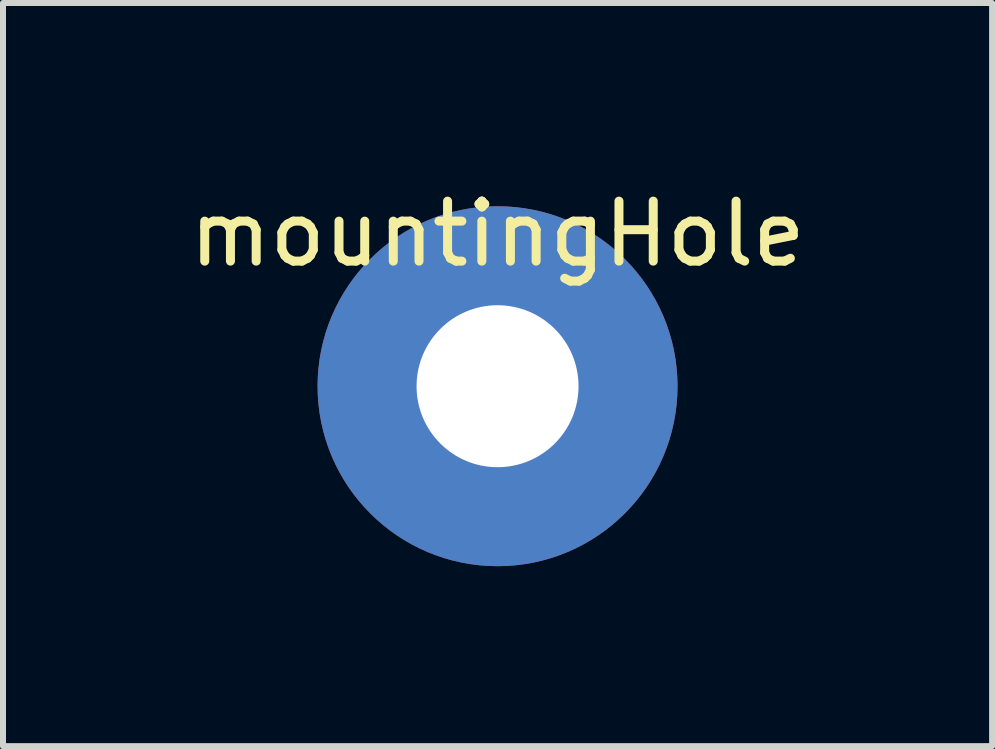
<source format=kicad_pcb>
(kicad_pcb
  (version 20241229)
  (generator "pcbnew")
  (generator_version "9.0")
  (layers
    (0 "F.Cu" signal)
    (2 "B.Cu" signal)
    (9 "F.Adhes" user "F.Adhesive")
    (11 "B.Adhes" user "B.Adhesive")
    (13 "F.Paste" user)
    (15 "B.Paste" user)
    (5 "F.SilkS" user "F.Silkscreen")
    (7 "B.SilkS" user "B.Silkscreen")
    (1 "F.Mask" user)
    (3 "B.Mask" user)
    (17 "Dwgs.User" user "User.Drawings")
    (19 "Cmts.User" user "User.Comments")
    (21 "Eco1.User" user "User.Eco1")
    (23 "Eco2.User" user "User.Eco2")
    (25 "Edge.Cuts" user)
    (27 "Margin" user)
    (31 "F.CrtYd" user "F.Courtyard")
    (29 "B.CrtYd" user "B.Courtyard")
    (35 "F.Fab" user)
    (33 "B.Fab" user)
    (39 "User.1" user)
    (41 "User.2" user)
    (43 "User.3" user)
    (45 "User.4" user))
  (footprint "mountingHole"
    (layer "F.Cu")
    (at 5.244 3.388)
    (property "Reference" "mountingHole" (at 0 -2.54 0) (layer "F.SilkS") (effects (font (size 1 1) (thickness 0.15))))
    (attr through_hole)
    (pad "" np_thru_hole circle (at 0 0) (size 6 6) (drill 2.7) (layers "*.Cu" "*.Mask")))
  (gr_rect
    (start -3 -3)
    (end 13.488 9.388)
    (stroke (width 0.1) (type default))
    (fill no)
    (layer "Edge.Cuts")))
</source>
